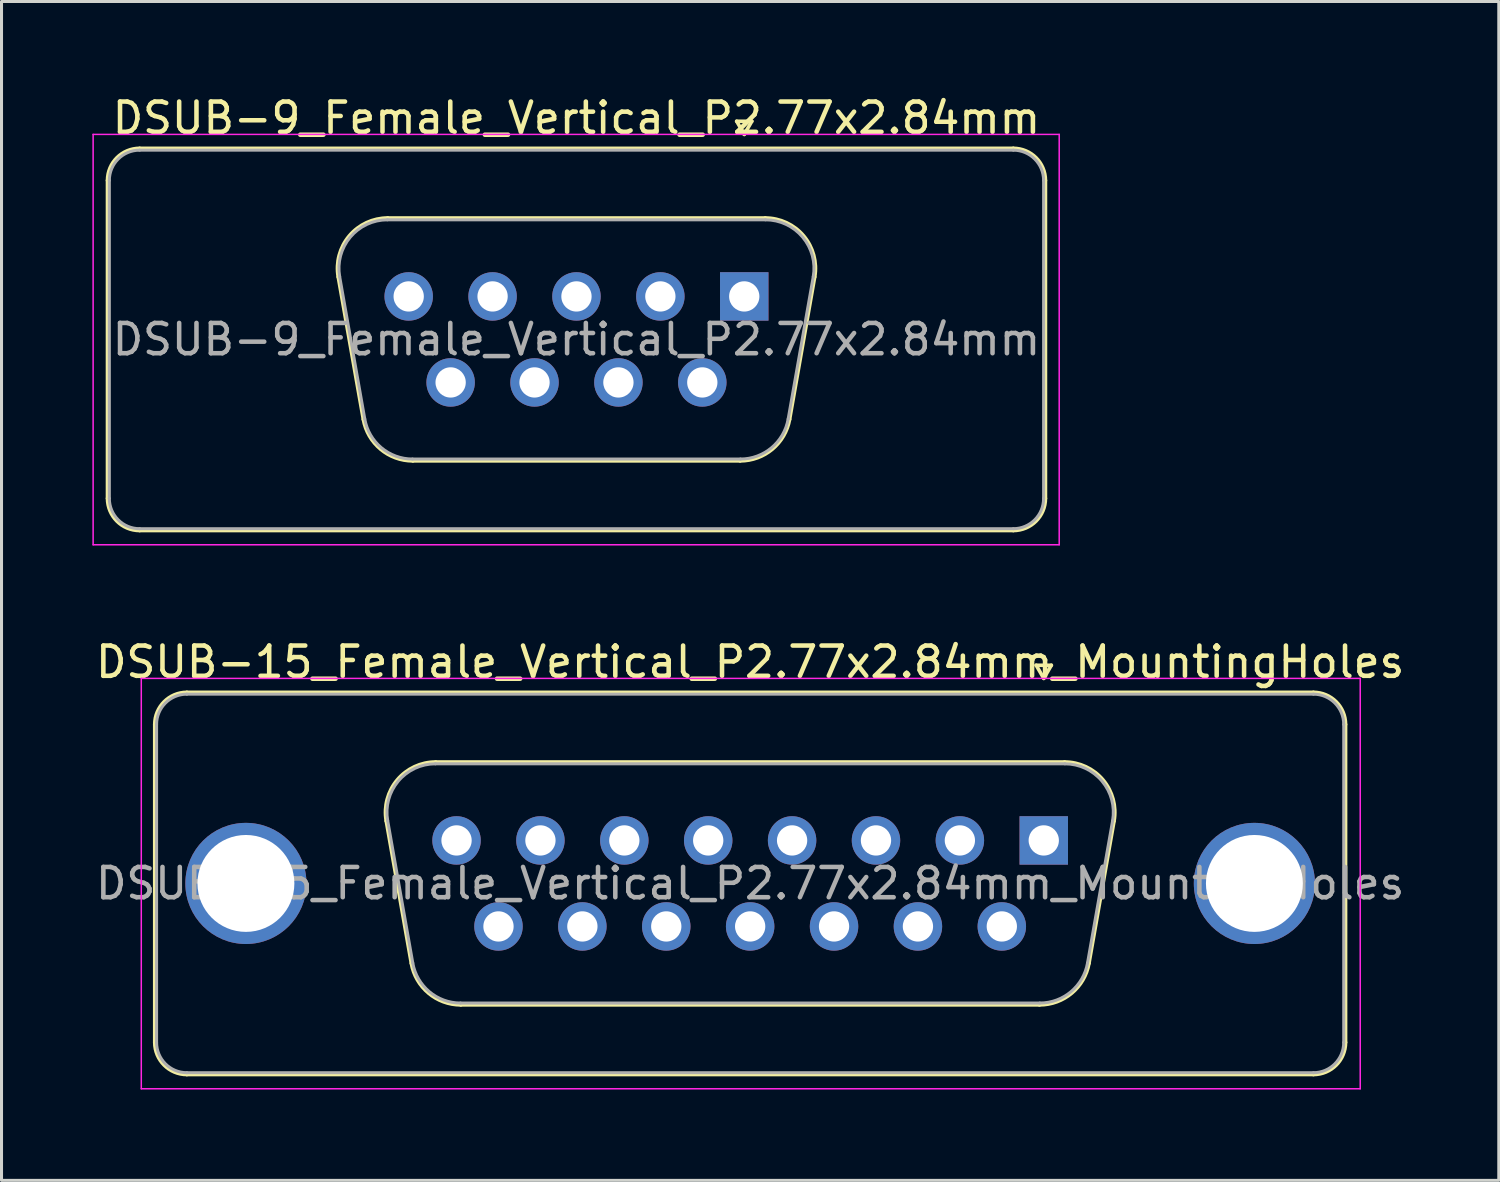
<source format=kicad_pcb>
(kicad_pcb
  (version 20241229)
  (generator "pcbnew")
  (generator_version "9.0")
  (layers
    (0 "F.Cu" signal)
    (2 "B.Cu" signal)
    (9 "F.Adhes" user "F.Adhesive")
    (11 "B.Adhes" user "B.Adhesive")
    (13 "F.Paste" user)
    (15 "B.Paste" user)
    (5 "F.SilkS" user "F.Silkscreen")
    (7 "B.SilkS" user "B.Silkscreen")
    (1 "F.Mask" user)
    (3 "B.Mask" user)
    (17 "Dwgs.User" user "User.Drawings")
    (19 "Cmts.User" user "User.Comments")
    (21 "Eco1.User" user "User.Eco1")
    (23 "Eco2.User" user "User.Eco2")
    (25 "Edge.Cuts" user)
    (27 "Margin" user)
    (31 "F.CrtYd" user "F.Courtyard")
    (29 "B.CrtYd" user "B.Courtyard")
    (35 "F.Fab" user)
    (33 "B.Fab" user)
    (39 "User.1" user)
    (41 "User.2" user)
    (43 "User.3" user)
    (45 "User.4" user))
  (footprint "DSUB-9_Female_Vertical_P2.77x2.84mm"
    (layer "F.Cu")
    (at 21.525 6.738)
    (property "Reference" "DSUB-9_Female_Vertical_P2.77x2.84mm" (at -5.54 -5.89 0) (layer "F.SilkS") (effects (font (size 1 1) (thickness 0.15))))
    (attr through_hole)
    (fp_line (start -21.025 6.67) (end -21.025 -3.83) (stroke (width 0.12) (type solid)) (layer "F.SilkS"))
    (fp_line (start -19.965 -4.89) (end 8.885 -4.89) (stroke (width 0.12) (type solid)) (layer "F.SilkS"))
    (fp_line (start -13.406 -0.642) (end -12.578 4.058) (stroke (width 0.12) (type solid)) (layer "F.SilkS"))
    (fp_line (start -11.772 -2.59) (end 0.692 -2.59) (stroke (width 0.12) (type solid)) (layer "F.SilkS"))
    (fp_line (start -10.943 5.43) (end -0.137 5.43) (stroke (width 0.12) (type solid)) (layer "F.SilkS"))
    (fp_line (start -0.25 -5.784) (end 0.25 -5.784) (stroke (width 0.12) (type solid)) (layer "F.SilkS"))
    (fp_line (start 0 -5.351) (end -0.25 -5.784) (stroke (width 0.12) (type solid)) (layer "F.SilkS"))
    (fp_line (start 0.25 -5.784) (end 0 -5.351) (stroke (width 0.12) (type solid)) (layer "F.SilkS"))
    (fp_line (start 2.326 -0.642) (end 1.498 4.058) (stroke (width 0.12) (type solid)) (layer "F.SilkS"))
    (fp_line (start 8.885 7.73) (end -19.965 7.73) (stroke (width 0.12) (type solid)) (layer "F.SilkS"))
    (fp_line (start 9.945 -3.83) (end 9.945 6.67) (stroke (width 0.12) (type solid)) (layer "F.SilkS"))
    (fp_arc (start -21.025 -3.83) (mid -20.714533 -4.579533) (end -19.965 -4.89) (stroke (width 0.12) (type solid)) (layer "F.SilkS"))
    (fp_arc (start -19.965 7.73) (mid -20.714533 7.419533) (end -21.025 6.67) (stroke (width 0.12) (type solid)) (layer "F.SilkS"))
    (fp_arc (start -13.40647 -0.641744) (mid -13.043323 -1.997028) (end -11.771689 -2.59) (stroke (width 0.12) (type solid)) (layer "F.SilkS"))
    (fp_arc (start -10.942952 5.43) (mid -12.00998 5.041634) (end -12.577733 4.058256) (stroke (width 0.12) (type solid)) (layer "F.SilkS"))
    (fp_arc (start 0.691689 -2.59) (mid 1.963323 -1.997027) (end 2.32647 -0.641744) (stroke (width 0.12) (type solid)) (layer "F.SilkS"))
    (fp_arc (start 1.497733 4.058256) (mid 0.92998 5.041634) (end -0.137048 5.43) (stroke (width 0.12) (type solid)) (layer "F.SilkS"))
    (fp_arc (start 8.885 -4.89) (mid 9.634533 -4.579533) (end 9.945 -3.83) (stroke (width 0.12) (type solid)) (layer "F.SilkS"))
    (fp_arc (start 9.945 6.67) (mid 9.634533 7.419533) (end 8.885 7.73) (stroke (width 0.12) (type solid)) (layer "F.SilkS"))
    (fp_line (start -21.5 -5.35) (end -21.5 8.2) (stroke (width 0.05) (type solid)) (layer "F.CrtYd"))
    (fp_line (start -21.5 8.2) (end 10.4 8.2) (stroke (width 0.05) (type solid)) (layer "F.CrtYd"))
    (fp_line (start 10.4 -5.35) (end -21.5 -5.35) (stroke (width 0.05) (type solid)) (layer "F.CrtYd"))
    (fp_line (start 10.4 8.2) (end 10.4 -5.35) (stroke (width 0.05) (type solid)) (layer "F.CrtYd"))
    (fp_line (start -20.965 6.67) (end -20.965 -3.83) (stroke (width 0.1) (type solid)) (layer "F.Fab"))
    (fp_line (start -19.965 -4.83) (end 8.885 -4.83) (stroke (width 0.1) (type solid)) (layer "F.Fab"))
    (fp_line (start -13.359 -0.652) (end -12.53 4.048) (stroke (width 0.1) (type solid)) (layer "F.Fab"))
    (fp_line (start -11.783 -2.53) (end 0.703 -2.53) (stroke (width 0.1) (type solid)) (layer "F.Fab"))
    (fp_line (start -10.954 5.37) (end -0.126 5.37) (stroke (width 0.1) (type solid)) (layer "F.Fab"))
    (fp_line (start 2.279 -0.652) (end 1.45 4.048) (stroke (width 0.1) (type solid)) (layer "F.Fab"))
    (fp_line (start 8.885 7.67) (end -19.965 7.67) (stroke (width 0.1) (type solid)) (layer "F.Fab"))
    (fp_line (start 9.885 -3.83) (end 9.885 6.67) (stroke (width 0.1) (type solid)) (layer "F.Fab"))
    (fp_arc (start -20.965 -3.83) (mid -20.672107 -4.537107) (end -19.965 -4.83) (stroke (width 0.1) (type solid)) (layer "F.Fab"))
    (fp_arc (start -19.965 7.67) (mid -20.672107 7.377107) (end -20.965 6.67) (stroke (width 0.1) (type solid)) (layer "F.Fab"))
    (fp_arc (start -13.358886 -0.652163) (mid -13.008865 -1.95846) (end -11.783194 -2.53) (stroke (width 0.1) (type solid)) (layer "F.Fab"))
    (fp_arc (start -10.954457 5.37) (mid -11.982917 4.995671) (end -12.530149 4.047837) (stroke (width 0.1) (type solid)) (layer "F.Fab"))
    (fp_arc (start 0.703194 -2.53) (mid 1.928865 -1.95846) (end 2.278886 -0.652163) (stroke (width 0.1) (type solid)) (layer "F.Fab"))
    (fp_arc (start 1.450149 4.047837) (mid 0.902917 4.995671) (end -0.125543 5.37) (stroke (width 0.1) (type solid)) (layer "F.Fab"))
    (fp_arc (start 8.885 -4.83) (mid 9.592107 -4.537107) (end 9.885 -3.83) (stroke (width 0.1) (type solid)) (layer "F.Fab"))
    (fp_arc (start 9.885 6.67) (mid 9.592107 7.377107) (end 8.885 7.67) (stroke (width 0.1) (type solid)) (layer "F.Fab"))
    (fp_text user "${REFERENCE}" (at -5.54 1.42 0) (layer "F.Fab") (effects (font (size 1 1) (thickness 0.15))))
    (pad "1" thru_hole rect (at 0 0) (size 1.6 1.6) (drill 1) (layers "*.Cu" "*.Mask"))
    (pad "2" thru_hole circle (at -2.77 0) (size 1.6 1.6) (drill 1) (layers "*.Cu" "*.Mask"))
    (pad "3" thru_hole circle (at -5.54 0) (size 1.6 1.6) (drill 1) (layers "*.Cu" "*.Mask"))
    (pad "4" thru_hole circle (at -8.31 0) (size 1.6 1.6) (drill 1) (layers "*.Cu" "*.Mask"))
    (pad "5" thru_hole circle (at -11.08 0) (size 1.6 1.6) (drill 1) (layers "*.Cu" "*.Mask"))
    (pad "6" thru_hole circle (at -1.385 2.84) (size 1.6 1.6) (drill 1) (layers "*.Cu" "*.Mask"))
    (pad "7" thru_hole circle (at -4.155 2.84) (size 1.6 1.6) (drill 1) (layers "*.Cu" "*.Mask"))
    (pad "8" thru_hole circle (at -6.925 2.84) (size 1.6 1.6) (drill 1) (layers "*.Cu" "*.Mask"))
    (pad "9" thru_hole circle (at -9.695 2.84) (size 1.6 1.6) (drill 1) (layers "*.Cu" "*.Mask")))
  (footprint "DSUB-15_Female_Vertical_P2.77x2.84mm_MountingHoles"
    (layer "F.Cu")
    (at 31.415 24.701)
    (property "Reference" "DSUB-15_Female_Vertical_P2.77x2.84mm_MountingHoles" (at -9.695 -5.89 0) (layer "F.SilkS") (effects (font (size 1 1) (thickness 0.15))))
    (attr through_hole)
    (fp_line (start -29.355 6.67) (end -29.355 -3.83) (stroke (width 0.12) (type solid)) (layer "F.SilkS"))
    (fp_line (start -28.295 -4.89) (end 8.905 -4.89) (stroke (width 0.12) (type solid)) (layer "F.SilkS"))
    (fp_line (start -21.711 -0.642) (end -20.883 4.058) (stroke (width 0.12) (type solid)) (layer "F.SilkS"))
    (fp_line (start -20.077 -2.59) (end 0.687 -2.59) (stroke (width 0.12) (type solid)) (layer "F.SilkS"))
    (fp_line (start -19.248 5.43) (end -0.142 5.43) (stroke (width 0.12) (type solid)) (layer "F.SilkS"))
    (fp_line (start -0.25 -5.784) (end 0.25 -5.784) (stroke (width 0.12) (type solid)) (layer "F.SilkS"))
    (fp_line (start 0 -5.351) (end -0.25 -5.784) (stroke (width 0.12) (type solid)) (layer "F.SilkS"))
    (fp_line (start 0.25 -5.784) (end 0 -5.351) (stroke (width 0.12) (type solid)) (layer "F.SilkS"))
    (fp_line (start 2.321 -0.642) (end 1.493 4.058) (stroke (width 0.12) (type solid)) (layer "F.SilkS"))
    (fp_line (start 8.905 7.73) (end -28.295 7.73) (stroke (width 0.12) (type solid)) (layer "F.SilkS"))
    (fp_line (start 9.965 -3.83) (end 9.965 6.67) (stroke (width 0.12) (type solid)) (layer "F.SilkS"))
    (fp_arc (start -29.355 -3.83) (mid -29.044533 -4.579533) (end -28.295 -4.89) (stroke (width 0.12) (type solid)) (layer "F.SilkS"))
    (fp_arc (start -28.295 7.73) (mid -29.044533 7.419533) (end -29.355 6.67) (stroke (width 0.12) (type solid)) (layer "F.SilkS"))
    (fp_arc (start -21.71147 -0.641744) (mid -21.348323 -1.997028) (end -20.076689 -2.59) (stroke (width 0.12) (type solid)) (layer "F.SilkS"))
    (fp_arc (start -19.247952 5.43) (mid -20.31498 5.041634) (end -20.882733 4.058256) (stroke (width 0.12) (type solid)) (layer "F.SilkS"))
    (fp_arc (start 0.686689 -2.59) (mid 1.958323 -1.997027) (end 2.32147 -0.641744) (stroke (width 0.12) (type solid)) (layer "F.SilkS"))
    (fp_arc (start 1.492733 4.058256) (mid 0.92498 5.041634) (end -0.142048 5.43) (stroke (width 0.12) (type solid)) (layer "F.SilkS"))
    (fp_arc (start 8.905 -4.89) (mid 9.654533 -4.579533) (end 9.965 -3.83) (stroke (width 0.12) (type solid)) (layer "F.SilkS"))
    (fp_arc (start 9.965 6.67) (mid 9.654533 7.419533) (end 8.905 7.73) (stroke (width 0.12) (type solid)) (layer "F.SilkS"))
    (fp_line (start -29.8 -5.35) (end -29.8 8.2) (stroke (width 0.05) (type solid)) (layer "F.CrtYd"))
    (fp_line (start -29.8 8.2) (end 10.45 8.2) (stroke (width 0.05) (type solid)) (layer "F.CrtYd"))
    (fp_line (start 10.45 -5.35) (end -29.8 -5.35) (stroke (width 0.05) (type solid)) (layer "F.CrtYd"))
    (fp_line (start 10.45 8.2) (end 10.45 -5.35) (stroke (width 0.05) (type solid)) (layer "F.CrtYd"))
    (fp_line (start -29.295 6.67) (end -29.295 -3.83) (stroke (width 0.1) (type solid)) (layer "F.Fab"))
    (fp_line (start -28.295 -4.83) (end 8.905 -4.83) (stroke (width 0.1) (type solid)) (layer "F.Fab"))
    (fp_line (start -21.664 -0.652) (end -20.835 4.048) (stroke (width 0.1) (type solid)) (layer "F.Fab"))
    (fp_line (start -20.088 -2.53) (end 0.698 -2.53) (stroke (width 0.1) (type solid)) (layer "F.Fab"))
    (fp_line (start -19.259 5.37) (end -0.131 5.37) (stroke (width 0.1) (type solid)) (layer "F.Fab"))
    (fp_line (start 2.274 -0.652) (end 1.445 4.048) (stroke (width 0.1) (type solid)) (layer "F.Fab"))
    (fp_line (start 8.905 7.67) (end -28.295 7.67) (stroke (width 0.1) (type solid)) (layer "F.Fab"))
    (fp_line (start 9.905 -3.83) (end 9.905 6.67) (stroke (width 0.1) (type solid)) (layer "F.Fab"))
    (fp_arc (start -29.295 -3.83) (mid -29.002107 -4.537107) (end -28.295 -4.83) (stroke (width 0.1) (type solid)) (layer "F.Fab"))
    (fp_arc (start -28.295 7.67) (mid -29.002107 7.377107) (end -29.295 6.67) (stroke (width 0.1) (type solid)) (layer "F.Fab"))
    (fp_arc (start -21.663886 -0.652163) (mid -21.313865 -1.95846) (end -20.088194 -2.53) (stroke (width 0.1) (type solid)) (layer "F.Fab"))
    (fp_arc (start -19.259457 5.37) (mid -20.287917 4.995671) (end -20.835149 4.047837) (stroke (width 0.1) (type solid)) (layer "F.Fab"))
    (fp_arc (start 0.698194 -2.53) (mid 1.923865 -1.95846) (end 2.273886 -0.652163) (stroke (width 0.1) (type solid)) (layer "F.Fab"))
    (fp_arc (start 1.445149 4.047837) (mid 0.897917 4.995671) (end -0.130543 5.37) (stroke (width 0.1) (type solid)) (layer "F.Fab"))
    (fp_arc (start 8.905 -4.83) (mid 9.612107 -4.537107) (end 9.905 -3.83) (stroke (width 0.1) (type solid)) (layer "F.Fab"))
    (fp_arc (start 9.905 6.67) (mid 9.612107 7.377107) (end 8.905 7.67) (stroke (width 0.1) (type solid)) (layer "F.Fab"))
    (fp_text user "${REFERENCE}" (at -9.695 1.42 0) (layer "F.Fab") (effects (font (size 1 1) (thickness 0.15))))
    (pad "0" thru_hole circle (at -26.345 1.42) (size 4 4) (drill 3.2) (layers "*.Cu" "*.Mask"))
    (pad "0" thru_hole circle (at 6.955 1.42) (size 4 4) (drill 3.2) (layers "*.Cu" "*.Mask"))
    (pad "1" thru_hole rect (at 0 0) (size 1.6 1.6) (drill 1) (layers "*.Cu" "*.Mask"))
    (pad "2" thru_hole circle (at -2.77 0) (size 1.6 1.6) (drill 1) (layers "*.Cu" "*.Mask"))
    (pad "3" thru_hole circle (at -5.54 0) (size 1.6 1.6) (drill 1) (layers "*.Cu" "*.Mask"))
    (pad "4" thru_hole circle (at -8.31 0) (size 1.6 1.6) (drill 1) (layers "*.Cu" "*.Mask"))
    (pad "5" thru_hole circle (at -11.08 0) (size 1.6 1.6) (drill 1) (layers "*.Cu" "*.Mask"))
    (pad "6" thru_hole circle (at -13.85 0) (size 1.6 1.6) (drill 1) (layers "*.Cu" "*.Mask"))
    (pad "7" thru_hole circle (at -16.62 0) (size 1.6 1.6) (drill 1) (layers "*.Cu" "*.Mask"))
    (pad "8" thru_hole circle (at -19.39 0) (size 1.6 1.6) (drill 1) (layers "*.Cu" "*.Mask"))
    (pad "9" thru_hole circle (at -1.385 2.84) (size 1.6 1.6) (drill 1) (layers "*.Cu" "*.Mask"))
    (pad "10" thru_hole circle (at -4.155 2.84) (size 1.6 1.6) (drill 1) (layers "*.Cu" "*.Mask"))
    (pad "11" thru_hole circle (at -6.925 2.84) (size 1.6 1.6) (drill 1) (layers "*.Cu" "*.Mask"))
    (pad "12" thru_hole circle (at -9.695 2.84) (size 1.6 1.6) (drill 1) (layers "*.Cu" "*.Mask"))
    (pad "13" thru_hole circle (at -12.465 2.84) (size 1.6 1.6) (drill 1) (layers "*.Cu" "*.Mask"))
    (pad "14" thru_hole circle (at -15.235 2.84) (size 1.6 1.6) (drill 1) (layers "*.Cu" "*.Mask"))
    (pad "15" thru_hole circle (at -18.005 2.84) (size 1.6 1.6) (drill 1) (layers "*.Cu" "*.Mask")))
  (gr_rect
    (start -3 -3)
    (end 46.44 35.926)
    (stroke (width 0.1) (type default))
    (fill no)
    (layer "Edge.Cuts")))
</source>
